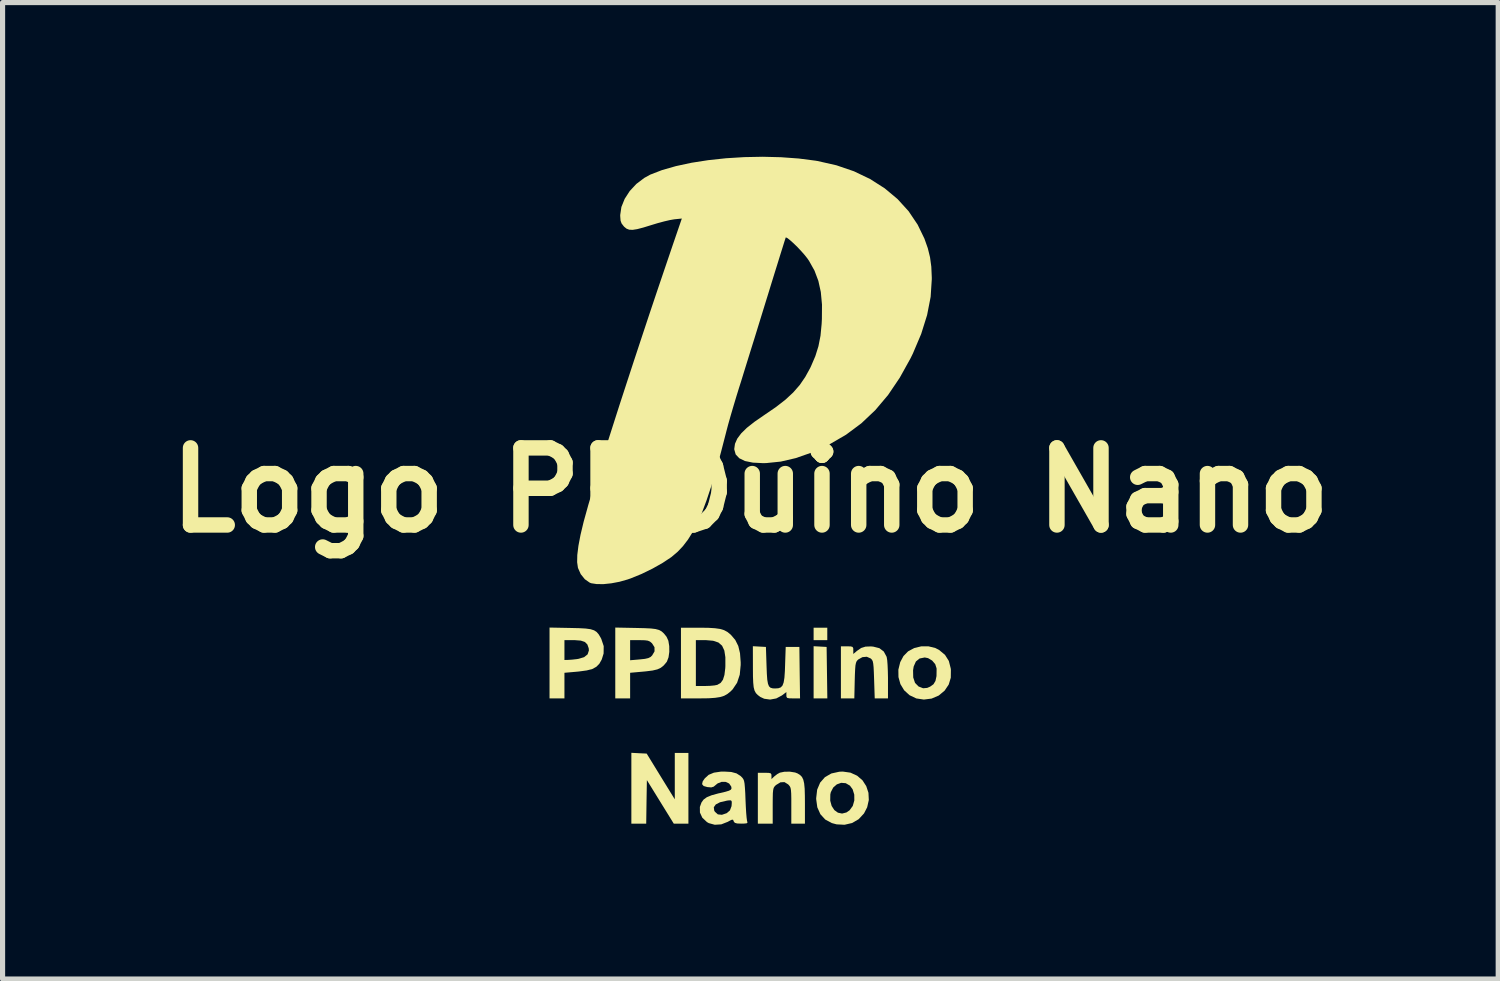
<source format=kicad_pcb>
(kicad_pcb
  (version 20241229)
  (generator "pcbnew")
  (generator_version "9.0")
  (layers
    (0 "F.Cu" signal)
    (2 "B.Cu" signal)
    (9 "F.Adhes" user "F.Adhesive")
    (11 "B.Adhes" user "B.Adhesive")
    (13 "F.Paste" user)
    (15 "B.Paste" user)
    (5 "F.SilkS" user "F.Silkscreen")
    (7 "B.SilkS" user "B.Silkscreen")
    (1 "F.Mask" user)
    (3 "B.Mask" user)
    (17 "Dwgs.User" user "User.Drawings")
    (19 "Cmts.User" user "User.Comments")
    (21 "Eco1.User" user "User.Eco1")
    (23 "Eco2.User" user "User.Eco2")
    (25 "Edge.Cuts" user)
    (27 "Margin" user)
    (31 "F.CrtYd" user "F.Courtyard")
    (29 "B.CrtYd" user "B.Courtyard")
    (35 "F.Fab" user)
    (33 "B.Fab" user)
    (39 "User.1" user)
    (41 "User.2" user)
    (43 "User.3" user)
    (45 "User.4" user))
  (footprint "Logo PPDuino Nano"
    (layer "F.Cu")
    (at 11.55 6.486)
    (property "Reference" "Logo PPDuino Nano" (at 0 0 0) (layer "F.SilkS") (effects (font (size 1.5 1.5) (thickness 0.3))))
    (attr board_only exclude_from_pos_files exclude_from_bom)
    (fp_poly (pts (xy 1.357 3.044) (xy 1.483 3.051) (xy 1.49 3.552) (xy 1.497 4.052) (xy 1.363 4.052) (xy 1.23 4.052) (xy 1.23 3.545) (xy 1.23 3.037)) (stroke (width 0) (type solid)) (fill yes) (layer "F.SilkS"))
    (fp_poly (pts (xy 1.496 2.798) (xy 1.496 2.919) (xy 1.363 2.919) (xy 1.23 2.919) (xy 1.23 2.798) (xy 1.23 2.677) (xy 1.363 2.677) (xy 1.496 2.677)) (stroke (width 0) (type solid)) (fill yes) (layer "F.SilkS"))
    (fp_poly (pts (xy -2.167 5.119) (xy -2.018 5.126) (xy -1.745 5.571) (xy -1.471 6.016) (xy -1.471 5.565) (xy -1.471 5.114) (xy -1.339 5.114) (xy -1.206 5.114) (xy -1.206 5.801) (xy -1.206 6.489) (xy -1.349 6.489) (xy -1.491 6.489) (xy -1.753 6.065) (xy -2.014 5.642) (xy -2.021 6.065) (xy -2.027 6.489) (xy -2.171 6.489) (xy -2.316 6.489) (xy -2.316 5.8) (xy -2.316 5.111)) (stroke (width 0) (type solid)) (fill yes) (layer "F.SilkS"))
    (fp_poly (pts (xy 0.175 3.044) (xy 0.302 3.051) (xy 0.314 3.416) (xy 0.32 3.572) (xy 0.328 3.687) (xy 0.342 3.767) (xy 0.362 3.817) (xy 0.392 3.845) (xy 0.434 3.857) (xy 0.482 3.859) (xy 0.544 3.855) (xy 0.591 3.838) (xy 0.624 3.803) (xy 0.647 3.742) (xy 0.662 3.65) (xy 0.671 3.52) (xy 0.675 3.405) (xy 0.687 3.051) (xy 0.82 3.051) (xy 0.953 3.051) (xy 0.959 3.552) (xy 0.966 4.052) (xy 0.833 4.052) (xy 0.757 4.051) (xy 0.717 4.043) (xy 0.702 4.022) (xy 0.7 3.991) (xy 0.7 3.929) (xy 0.613 3.995) (xy 0.504 4.053) (xy 0.384 4.075) (xy 0.268 4.059) (xy 0.193 4.024) (xy 0.144 3.987) (xy 0.107 3.949) (xy 0.081 3.901) (xy 0.064 3.836) (xy 0.055 3.747) (xy 0.05 3.626) (xy 0.049 3.465) (xy 0.049 3.442) (xy 0.048 3.037)) (stroke (width 0) (type solid)) (fill yes) (layer "F.SilkS"))
    (fp_poly (pts (xy -3.499 2.682) (xy -3.331 2.686) (xy -3.204 2.693) (xy -3.11 2.706) (xy -3.041 2.728) (xy -2.991 2.761) (xy -2.951 2.807) (xy -2.914 2.87) (xy -2.901 2.895) (xy -2.854 3.035) (xy -2.856 3.179) (xy -2.892 3.295) (xy -2.938 3.377) (xy -2.997 3.437) (xy -3.075 3.48) (xy -3.183 3.508) (xy -3.329 3.528) (xy -3.357 3.531) (xy -3.618 3.554) (xy -3.618 3.803) (xy -3.618 4.052) (xy -3.763 4.052) (xy -3.908 4.052) (xy -3.908 3.363) (xy -3.908 3.112) (xy -3.618 3.112) (xy -3.618 3.305) (xy -3.54 3.303) (xy -3.467 3.298) (xy -3.377 3.288) (xy -3.342 3.282) (xy -3.235 3.25) (xy -3.167 3.195) (xy -3.142 3.119) (xy -3.146 3.076) (xy -3.172 3.003) (xy -3.22 2.955) (xy -3.299 2.928) (xy -3.415 2.919) (xy -3.44 2.919) (xy -3.618 2.919) (xy -3.618 3.112) (xy -3.908 3.112) (xy -3.908 2.674)) (stroke (width 0) (type solid)) (fill yes) (layer "F.SilkS"))
    (fp_poly (pts (xy 1.947 5.497) (xy 2.076 5.556) (xy 2.18 5.645) (xy 2.254 5.759) (xy 2.297 5.889) (xy 2.304 6.029) (xy 2.272 6.171) (xy 2.21 6.291) (xy 2.106 6.403) (xy 1.978 6.477) (xy 1.832 6.511) (xy 1.677 6.503) (xy 1.584 6.478) (xy 1.456 6.409) (xy 1.362 6.306) (xy 1.302 6.172) (xy 1.284 6.042) (xy 1.553 6.042) (xy 1.581 6.145) (xy 1.633 6.225) (xy 1.703 6.276) (xy 1.784 6.293) (xy 1.87 6.271) (xy 1.93 6.229) (xy 1.992 6.144) (xy 2.022 6.038) (xy 2.021 5.925) (xy 1.989 5.821) (xy 1.937 5.75) (xy 1.855 5.702) (xy 1.766 5.695) (xy 1.682 5.725) (xy 1.612 5.786) (xy 1.565 5.876) (xy 1.555 5.921) (xy 1.553 6.042) (xy 1.284 6.042) (xy 1.28 6.011) (xy 1.28 5.994) (xy 1.299 5.828) (xy 1.357 5.691) (xy 1.45 5.585) (xy 1.575 5.513) (xy 1.73 5.479) (xy 1.797 5.476)) (stroke (width 0) (type solid)) (fill yes) (layer "F.SilkS"))
    (fp_poly (pts (xy 1.953 3.041) (xy 1.988 3.051) (xy 2.001 3.076) (xy 2.002 3.114) (xy 2.002 3.188) (xy 2.076 3.126) (xy 2.156 3.071) (xy 2.24 3.045) (xy 2.345 3.041) (xy 2.39 3.045) (xy 2.509 3.075) (xy 2.595 3.14) (xy 2.649 3.24) (xy 2.653 3.255) (xy 2.662 3.31) (xy 2.669 3.402) (xy 2.674 3.519) (xy 2.677 3.651) (xy 2.677 3.697) (xy 2.677 4.052) (xy 2.548 4.052) (xy 2.419 4.052) (xy 2.407 3.686) (xy 2.402 3.546) (xy 2.397 3.445) (xy 2.39 3.377) (xy 2.381 3.332) (xy 2.367 3.303) (xy 2.348 3.282) (xy 2.338 3.274) (xy 2.264 3.242) (xy 2.179 3.25) (xy 2.099 3.295) (xy 2.087 3.306) (xy 2.067 3.33) (xy 2.054 3.362) (xy 2.044 3.411) (xy 2.038 3.485) (xy 2.033 3.593) (xy 2.03 3.703) (xy 2.022 4.052) (xy 1.891 4.052) (xy 1.761 4.052) (xy 1.761 3.546) (xy 1.761 3.039) (xy 1.881 3.039)) (stroke (width 0) (type solid)) (fill yes) (layer "F.SilkS"))
    (fp_poly (pts (xy 0.87 5.494) (xy 0.917 5.512) (xy 0.966 5.542) (xy 1.003 5.58) (xy 1.029 5.633) (xy 1.046 5.707) (xy 1.056 5.809) (xy 1.06 5.947) (xy 1.061 6.089) (xy 1.061 6.489) (xy 0.929 6.489) (xy 0.796 6.489) (xy 0.796 6.138) (xy 0.796 6.001) (xy 0.794 5.904) (xy 0.789 5.837) (xy 0.781 5.793) (xy 0.767 5.763) (xy 0.747 5.738) (xy 0.734 5.725) (xy 0.663 5.681) (xy 0.585 5.685) (xy 0.501 5.736) (xy 0.488 5.747) (xy 0.467 5.77) (xy 0.452 5.796) (xy 0.443 5.836) (xy 0.437 5.897) (xy 0.435 5.988) (xy 0.434 6.116) (xy 0.434 6.143) (xy 0.434 6.489) (xy 0.289 6.489) (xy 0.145 6.489) (xy 0.145 5.994) (xy 0.145 5.5) (xy 0.277 5.5) (xy 0.353 5.501) (xy 0.393 5.509) (xy 0.408 5.53) (xy 0.41 5.561) (xy 0.41 5.622) (xy 0.464 5.571) (xy 0.523 5.525) (xy 0.574 5.497) (xy 0.663 5.479) (xy 0.769 5.478)) (stroke (width 0) (type solid)) (fill yes) (layer "F.SilkS"))
    (fp_poly (pts (xy -2.221 2.682) (xy -2.058 2.686) (xy -1.935 2.692) (xy -1.845 2.703) (xy -1.778 2.721) (xy -1.727 2.749) (xy -1.683 2.789) (xy -1.64 2.842) (xy -1.63 2.856) (xy -1.596 2.931) (xy -1.579 3.035) (xy -1.578 3.148) (xy -1.593 3.254) (xy -1.624 3.335) (xy -1.63 3.344) (xy -1.685 3.41) (xy -1.742 3.456) (xy -1.811 3.488) (xy -1.904 3.51) (xy -2.032 3.526) (xy -2.074 3.53) (xy -2.34 3.554) (xy -2.34 3.803) (xy -2.34 4.052) (xy -2.485 4.052) (xy -2.629 4.052) (xy -2.629 3.363) (xy -2.629 3.115) (xy -2.34 3.115) (xy -2.34 3.31) (xy -2.153 3.294) (xy -2.052 3.283) (xy -1.986 3.268) (xy -1.942 3.246) (xy -1.912 3.217) (xy -1.865 3.137) (xy -1.866 3.056) (xy -1.915 2.979) (xy -1.917 2.978) (xy -1.953 2.947) (xy -1.995 2.929) (xy -2.055 2.921) (xy -2.149 2.919) (xy -2.158 2.919) (xy -2.34 2.919) (xy -2.34 3.115) (xy -2.629 3.115) (xy -2.629 2.674)) (stroke (width 0) (type solid)) (fill yes) (layer "F.SilkS"))
    (fp_poly (pts (xy 3.598 3.072) (xy 3.67 3.109) (xy 3.786 3.205) (xy 3.861 3.324) (xy 3.898 3.47) (xy 3.901 3.495) (xy 3.899 3.65) (xy 3.859 3.782) (xy 3.78 3.9) (xy 3.779 3.901) (xy 3.664 3.997) (xy 3.526 4.056) (xy 3.375 4.075) (xy 3.228 4.053) (xy 3.096 3.99) (xy 2.992 3.895) (xy 2.919 3.775) (xy 2.881 3.638) (xy 2.879 3.505) (xy 3.165 3.505) (xy 3.168 3.645) (xy 3.203 3.75) (xy 3.269 3.818) (xy 3.278 3.823) (xy 3.361 3.855) (xy 3.44 3.848) (xy 3.498 3.823) (xy 3.562 3.777) (xy 3.601 3.712) (xy 3.621 3.618) (xy 3.623 3.489) (xy 3.622 3.466) (xy 3.596 3.386) (xy 3.536 3.316) (xy 3.457 3.269) (xy 3.392 3.256) (xy 3.292 3.276) (xy 3.22 3.334) (xy 3.177 3.431) (xy 3.165 3.505) (xy 2.879 3.505) (xy 2.879 3.493) (xy 2.915 3.347) (xy 2.978 3.229) (xy 3.068 3.137) (xy 3.187 3.073) (xy 3.322 3.04) (xy 3.464 3.039)) (stroke (width 0) (type solid)) (fill yes) (layer "F.SilkS"))
    (fp_poly (pts (xy -0.819 2.679) (xy -0.689 2.687) (xy -0.59 2.701) (xy -0.513 2.724) (xy -0.448 2.759) (xy -0.389 2.807) (xy -0.378 2.817) (xy -0.294 2.916) (xy -0.236 3.032) (xy -0.202 3.173) (xy -0.189 3.349) (xy -0.189 3.402) (xy -0.207 3.591) (xy -0.259 3.748) (xy -0.346 3.877) (xy -0.387 3.918) (xy -0.447 3.966) (xy -0.511 4.002) (xy -0.588 4.026) (xy -0.685 4.041) (xy -0.812 4.05) (xy -0.978 4.052) (xy -1.007 4.052) (xy -1.351 4.052) (xy -1.351 3.365) (xy -1.061 3.365) (xy -1.061 3.811) (xy -0.882 3.811) (xy -0.785 3.808) (xy -0.699 3.8) (xy -0.644 3.789) (xy -0.642 3.788) (xy -0.578 3.75) (xy -0.534 3.689) (xy -0.505 3.596) (xy -0.489 3.465) (xy -0.487 3.421) (xy -0.487 3.251) (xy -0.507 3.121) (xy -0.551 3.027) (xy -0.622 2.965) (xy -0.725 2.931) (xy -0.862 2.919) (xy -0.878 2.919) (xy -1.061 2.919) (xy -1.061 3.365) (xy -1.351 3.365) (xy -1.351 2.677) (xy -0.988 2.677)) (stroke (width 0) (type solid)) (fill yes) (layer "F.SilkS"))
    (fp_poly (pts (xy -0.372 5.484) (xy -0.271 5.511) (xy -0.191 5.562) (xy -0.157 5.596) (xy -0.138 5.622) (xy -0.124 5.656) (xy -0.114 5.708) (xy -0.107 5.785) (xy -0.1 5.895) (xy -0.095 6.027) (xy -0.089 6.16) (xy -0.082 6.278) (xy -0.074 6.371) (xy -0.066 6.431) (xy -0.062 6.446) (xy -0.057 6.471) (xy -0.074 6.483) (xy -0.125 6.488) (xy -0.177 6.489) (xy -0.257 6.486) (xy -0.301 6.474) (xy -0.322 6.451) (xy -0.325 6.442) (xy -0.336 6.416) (xy -0.356 6.411) (xy -0.396 6.429) (xy -0.441 6.454) (xy -0.566 6.503) (xy -0.693 6.511) (xy -0.81 6.479) (xy -0.846 6.458) (xy -0.936 6.373) (xy -0.982 6.273) (xy -0.983 6.17) (xy -0.712 6.17) (xy -0.704 6.234) (xy -0.691 6.257) (xy -0.633 6.309) (xy -0.554 6.317) (xy -0.46 6.285) (xy -0.398 6.231) (xy -0.367 6.149) (xy -0.362 6.083) (xy -0.366 6.048) (xy -0.386 6.035) (xy -0.435 6.038) (xy -0.464 6.043) (xy -0.591 6.073) (xy -0.674 6.116) (xy -0.712 6.17) (xy -0.983 6.17) (xy -0.983 6.164) (xy -0.952 6.078) (xy -0.911 6.021) (xy -0.848 5.975) (xy -0.755 5.937) (xy -0.624 5.901) (xy -0.595 5.895) (xy -0.485 5.869) (xy -0.416 5.848) (xy -0.379 5.827) (xy -0.367 5.802) (xy -0.373 5.768) (xy -0.373 5.767) (xy -0.414 5.708) (xy -0.481 5.677) (xy -0.56 5.676) (xy -0.637 5.706) (xy -0.668 5.731) (xy -0.715 5.77) (xy -0.762 5.784) (xy -0.832 5.778) (xy -0.836 5.778) (xy -0.91 5.757) (xy -0.94 5.721) (xy -0.928 5.667) (xy -0.888 5.609) (xy -0.813 5.54) (xy -0.71 5.497) (xy -0.574 5.477) (xy -0.506 5.476)) (stroke (width 0) (type solid)) (fill yes) (layer "F.SilkS"))
    (fp_poly (pts (xy 0.596 -6.477) (xy 0.94 -6.452) (xy 1.266 -6.41) (xy 1.308 -6.403) (xy 1.674 -6.32) (xy 2.016 -6.203) (xy 2.329 -6.053) (xy 2.613 -5.872) (xy 2.863 -5.663) (xy 3.078 -5.427) (xy 3.254 -5.165) (xy 3.386 -4.893) (xy 3.452 -4.706) (xy 3.495 -4.531) (xy 3.52 -4.347) (xy 3.529 -4.139) (xy 3.529 -4.101) (xy 3.507 -3.76) (xy 3.438 -3.406) (xy 3.323 -3.039) (xy 3.162 -2.659) (xy 3.116 -2.565) (xy 2.906 -2.187) (xy 2.679 -1.851) (xy 2.43 -1.556) (xy 2.159 -1.3) (xy 1.861 -1.078) (xy 1.536 -0.889) (xy 1.52 -0.881) (xy 1.192 -0.731) (xy 0.883 -0.623) (xy 0.59 -0.555) (xy 0.307 -0.526) (xy 0.241 -0.525) (xy 0.048 -0.535) (xy -0.105 -0.566) (xy -0.216 -0.62) (xy -0.286 -0.694) (xy -0.313 -0.789) (xy -0.314 -0.801) (xy -0.3 -0.901) (xy -0.256 -1.001) (xy -0.18 -1.103) (xy -0.069 -1.212) (xy 0.082 -1.331) (xy 0.275 -1.464) (xy 0.497 -1.616) (xy 0.681 -1.759) (xy 0.832 -1.899) (xy 0.959 -2.044) (xy 1.067 -2.201) (xy 1.163 -2.376) (xy 1.18 -2.412) (xy 1.264 -2.608) (xy 1.324 -2.8) (xy 1.364 -3.003) (xy 1.386 -3.233) (xy 1.391 -3.329) (xy 1.393 -3.609) (xy 1.37 -3.855) (xy 1.322 -4.072) (xy 1.247 -4.271) (xy 1.143 -4.457) (xy 1.109 -4.507) (xy 1.057 -4.573) (xy 0.99 -4.649) (xy 0.916 -4.728) (xy 0.841 -4.801) (xy 0.773 -4.862) (xy 0.721 -4.903) (xy 0.691 -4.917) (xy 0.688 -4.916) (xy 0.68 -4.892) (xy 0.659 -4.827) (xy 0.627 -4.724) (xy 0.584 -4.587) (xy 0.533 -4.422) (xy 0.474 -4.233) (xy 0.409 -4.023) (xy 0.34 -3.798) (xy 0.314 -3.715) (xy 0.236 -3.462) (xy 0.157 -3.206) (xy 0.079 -2.953) (xy 0.003 -2.71) (xy -0.067 -2.485) (xy -0.129 -2.285) (xy -0.181 -2.116) (xy -0.22 -1.994) (xy -0.275 -1.816) (xy -0.331 -1.629) (xy -0.385 -1.445) (xy -0.432 -1.279) (xy -0.468 -1.143) (xy -0.472 -1.126) (xy -0.574 -0.732) (xy -0.67 -0.382) (xy -0.762 -0.074) (xy -0.852 0.196) (xy -0.94 0.432) (xy -1.029 0.636) (xy -1.12 0.811) (xy -1.214 0.962) (xy -1.312 1.09) (xy -1.416 1.2) (xy -1.528 1.295) (xy -1.542 1.306) (xy -1.709 1.417) (xy -1.906 1.528) (xy -2.117 1.631) (xy -2.325 1.716) (xy -2.391 1.739) (xy -2.546 1.783) (xy -2.705 1.813) (xy -2.857 1.829) (xy -2.991 1.828) (xy -3.095 1.812) (xy -3.125 1.801) (xy -3.221 1.734) (xy -3.301 1.635) (xy -3.353 1.518) (xy -3.355 1.513) (xy -3.371 1.403) (xy -3.368 1.261) (xy -3.346 1.084) (xy -3.305 0.869) (xy -3.244 0.614) (xy -3.162 0.319) (xy -3.159 0.307) (xy -3.088 0.066) (xy -3.002 -0.216) (xy -2.904 -0.534) (xy -2.793 -0.886) (xy -2.672 -1.265) (xy -2.543 -1.668) (xy -2.405 -2.091) (xy -2.262 -2.528) (xy -2.114 -2.976) (xy -1.963 -3.431) (xy -1.81 -3.887) (xy -1.656 -4.341) (xy -1.51 -4.771) (xy -1.334 -5.284) (xy -1.481 -5.269) (xy -1.563 -5.255) (xy -1.675 -5.229) (xy -1.802 -5.195) (xy -1.927 -5.157) (xy -2.083 -5.109) (xy -2.202 -5.078) (xy -2.291 -5.064) (xy -2.358 -5.067) (xy -2.41 -5.087) (xy -2.454 -5.123) (xy -2.466 -5.136) (xy -2.506 -5.188) (xy -2.526 -5.243) (xy -2.532 -5.32) (xy -2.533 -5.352) (xy -2.51 -5.509) (xy -2.446 -5.667) (xy -2.347 -5.82) (xy -2.218 -5.958) (xy -2.065 -6.074) (xy -1.949 -6.138) (xy -1.719 -6.227) (xy -1.449 -6.304) (xy -1.147 -6.369) (xy -0.819 -6.42) (xy -0.474 -6.457) (xy -0.119 -6.479) (xy 0.241 -6.486)) (stroke (width 0) (type solid)) (fill yes) (layer "F.SilkS")))
  (gr_rect
    (start -3 -3)
    (end 26.1 15.998)
    (stroke (width 0.1) (type default))
    (fill no)
    (layer "Edge.Cuts")))
</source>
